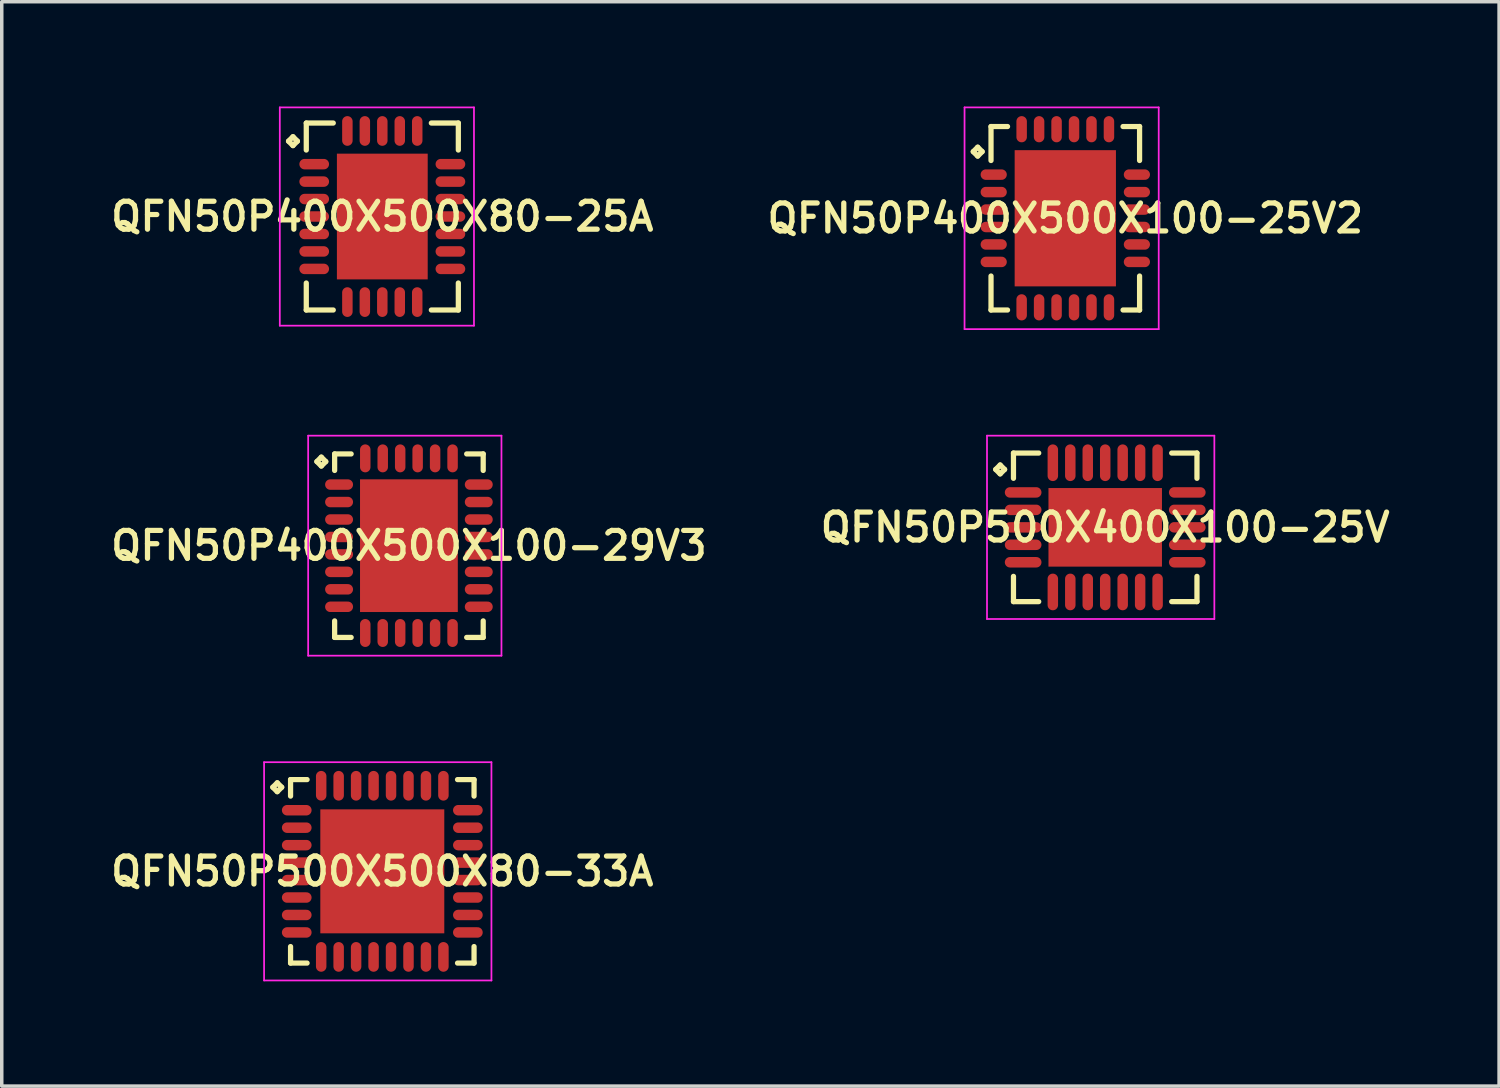
<source format=kicad_pcb>
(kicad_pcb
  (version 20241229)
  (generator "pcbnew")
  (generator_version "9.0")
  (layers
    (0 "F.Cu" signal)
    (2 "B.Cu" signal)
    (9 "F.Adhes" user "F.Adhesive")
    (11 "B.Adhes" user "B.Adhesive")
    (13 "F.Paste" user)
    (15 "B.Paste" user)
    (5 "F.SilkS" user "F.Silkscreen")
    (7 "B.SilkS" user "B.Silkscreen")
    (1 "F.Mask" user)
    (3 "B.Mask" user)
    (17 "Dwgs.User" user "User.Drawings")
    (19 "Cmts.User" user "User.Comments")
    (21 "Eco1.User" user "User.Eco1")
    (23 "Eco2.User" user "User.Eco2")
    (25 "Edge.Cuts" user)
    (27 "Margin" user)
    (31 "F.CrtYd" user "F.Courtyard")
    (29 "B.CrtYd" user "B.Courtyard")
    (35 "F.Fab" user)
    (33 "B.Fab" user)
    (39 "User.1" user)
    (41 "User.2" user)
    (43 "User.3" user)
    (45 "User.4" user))
  (footprint "QFN50P400X500X100-29V3"
    (layer "F.Cu")
    (at 8.659 12.575)
    (property "Reference" "QFN50P400X500X100-29V3" (at 0 0 0) (layer "F.SilkS") (effects (font (size 0.8 0.8) (thickness 0.15))))
    (attr smd)
    (fp_line (start -2.635 -2.408) (end -2.508 -2.535) (stroke (width 0.15) (type solid)) (layer "F.SilkS"))
    (fp_line (start -2.508 -2.535) (end -2.381 -2.408) (stroke (width 0.15) (type solid)) (layer "F.SilkS"))
    (fp_line (start -2.508 -2.281) (end -2.635 -2.408) (stroke (width 0.15) (type solid)) (layer "F.SilkS"))
    (fp_line (start -2.381 -2.408) (end -2.508 -2.281) (stroke (width 0.15) (type solid)) (layer "F.SilkS"))
    (fp_line (start -2.127 -2.627) (end -1.654 -2.627) (stroke (width 0.15) (type solid)) (layer "F.SilkS"))
    (fp_line (start -2.127 -2.154) (end -2.127 -2.627) (stroke (width 0.15) (type solid)) (layer "F.SilkS"))
    (fp_line (start -2.127 2.154) (end -2.127 2.627) (stroke (width 0.15) (type solid)) (layer "F.SilkS"))
    (fp_line (start -2.127 2.627) (end -1.654 2.627) (stroke (width 0.15) (type solid)) (layer "F.SilkS"))
    (fp_line (start 1.654 -2.627) (end 2.127 -2.627) (stroke (width 0.15) (type solid)) (layer "F.SilkS"))
    (fp_line (start 1.654 2.627) (end 2.127 2.627) (stroke (width 0.15) (type solid)) (layer "F.SilkS"))
    (fp_line (start 2.127 -2.627) (end 2.127 -2.154) (stroke (width 0.15) (type solid)) (layer "F.SilkS"))
    (fp_line (start 2.127 2.627) (end 2.127 2.154) (stroke (width 0.15) (type solid)) (layer "F.SilkS"))
    (fp_line (start -2.885 -3.15) (end 2.65 -3.15) (stroke (width 0.05) (type solid)) (layer "F.CrtYd"))
    (fp_line (start -2.885 3.15) (end -2.885 -3.15) (stroke (width 0.05) (type solid)) (layer "F.CrtYd"))
    (fp_line (start 2.65 -3.15) (end 2.65 3.15) (stroke (width 0.05) (type solid)) (layer "F.CrtYd"))
    (fp_line (start 2.65 3.15) (end -2.885 3.15) (stroke (width 0.05) (type solid)) (layer "F.CrtYd"))
    (pad "1" smd oval (at -2 -1.75) (size 0.8 0.3) (layers "F.Cu" "F.Mask" "F.Paste"))
    (pad "2" smd oval (at -2 -1.25) (size 0.8 0.3) (layers "F.Cu" "F.Mask" "F.Paste"))
    (pad "3" smd oval (at -2 -0.75) (size 0.8 0.3) (layers "F.Cu" "F.Mask" "F.Paste"))
    (pad "4" smd oval (at -2 -0.25) (size 0.8 0.3) (layers "F.Cu" "F.Mask" "F.Paste"))
    (pad "5" smd oval (at -2 0.25) (size 0.8 0.3) (layers "F.Cu" "F.Mask" "F.Paste"))
    (pad "6" smd oval (at -2 0.75) (size 0.8 0.3) (layers "F.Cu" "F.Mask" "F.Paste"))
    (pad "7" smd oval (at -2 1.25) (size 0.8 0.3) (layers "F.Cu" "F.Mask" "F.Paste"))
    (pad "8" smd oval (at -2 1.75) (size 0.8 0.3) (layers "F.Cu" "F.Mask" "F.Paste"))
    (pad "9" smd oval (at -1.25 2.5) (size 0.3 0.8) (layers "F.Cu" "F.Mask" "F.Paste"))
    (pad "10" smd oval (at -0.75 2.5) (size 0.3 0.8) (layers "F.Cu" "F.Mask" "F.Paste"))
    (pad "11" smd oval (at -0.25 2.5) (size 0.3 0.8) (layers "F.Cu" "F.Mask" "F.Paste"))
    (pad "12" smd oval (at 0.25 2.5) (size 0.3 0.8) (layers "F.Cu" "F.Mask" "F.Paste"))
    (pad "13" smd oval (at 0.75 2.5) (size 0.3 0.8) (layers "F.Cu" "F.Mask" "F.Paste"))
    (pad "14" smd oval (at 1.25 2.5) (size 0.3 0.8) (layers "F.Cu" "F.Mask" "F.Paste"))
    (pad "15" smd oval (at 2 1.75) (size 0.8 0.3) (layers "F.Cu" "F.Mask" "F.Paste"))
    (pad "16" smd oval (at 2 1.25) (size 0.8 0.3) (layers "F.Cu" "F.Mask" "F.Paste"))
    (pad "17" smd oval (at 2 0.75) (size 0.8 0.3) (layers "F.Cu" "F.Mask" "F.Paste"))
    (pad "18" smd oval (at 2 0.25) (size 0.8 0.3) (layers "F.Cu" "F.Mask" "F.Paste"))
    (pad "19" smd oval (at 2 -0.25) (size 0.8 0.3) (layers "F.Cu" "F.Mask" "F.Paste"))
    (pad "20" smd oval (at 2 -0.75) (size 0.8 0.3) (layers "F.Cu" "F.Mask" "F.Paste"))
    (pad "21" smd oval (at 2 -1.25) (size 0.8 0.3) (layers "F.Cu" "F.Mask" "F.Paste"))
    (pad "22" smd oval (at 2 -1.75) (size 0.8 0.3) (layers "F.Cu" "F.Mask" "F.Paste"))
    (pad "23" smd oval (at 1.25 -2.5) (size 0.3 0.8) (layers "F.Cu" "F.Mask" "F.Paste"))
    (pad "24" smd oval (at 0.75 -2.5) (size 0.3 0.8) (layers "F.Cu" "F.Mask" "F.Paste"))
    (pad "25" smd oval (at 0.25 -2.5) (size 0.3 0.8) (layers "F.Cu" "F.Mask" "F.Paste"))
    (pad "26" smd oval (at -0.25 -2.5) (size 0.3 0.8) (layers "F.Cu" "F.Mask" "F.Paste"))
    (pad "27" smd oval (at -0.75 -2.5) (size 0.3 0.8) (layers "F.Cu" "F.Mask" "F.Paste"))
    (pad "28" smd oval (at -1.25 -2.5) (size 0.3 0.8) (layers "F.Cu" "F.Mask" "F.Paste"))
    (pad "29" smd rect (at 0 0) (size 2.8 3.8) (layers "F.Cu" "F.Mask" "F.Paste")))
  (footprint "QFN50P400X500X100-25V2"
    (layer "F.Cu")
    (at 27.454 3.2)
    (property "Reference" "QFN50P400X500X100-25V2" (at 0 0 0) (layer "F.SilkS") (effects (font (size 0.8 0.8) (thickness 0.15))))
    (attr smd)
    (fp_line (start -2.635 -1.908) (end -2.508 -2.035) (stroke (width 0.15) (type solid)) (layer "F.SilkS"))
    (fp_line (start -2.508 -2.035) (end -2.381 -1.908) (stroke (width 0.15) (type solid)) (layer "F.SilkS"))
    (fp_line (start -2.508 -1.781) (end -2.635 -1.908) (stroke (width 0.15) (type solid)) (layer "F.SilkS"))
    (fp_line (start -2.381 -1.908) (end -2.508 -1.781) (stroke (width 0.15) (type solid)) (layer "F.SilkS"))
    (fp_line (start -2.127 -2.627) (end -1.654 -2.627) (stroke (width 0.15) (type solid)) (layer "F.SilkS"))
    (fp_line (start -2.127 -1.654) (end -2.127 -2.627) (stroke (width 0.15) (type solid)) (layer "F.SilkS"))
    (fp_line (start -2.127 1.654) (end -2.127 2.627) (stroke (width 0.15) (type solid)) (layer "F.SilkS"))
    (fp_line (start -2.127 2.627) (end -1.654 2.627) (stroke (width 0.15) (type solid)) (layer "F.SilkS"))
    (fp_line (start 1.654 -2.627) (end 2.127 -2.627) (stroke (width 0.15) (type solid)) (layer "F.SilkS"))
    (fp_line (start 1.654 2.627) (end 2.127 2.627) (stroke (width 0.15) (type solid)) (layer "F.SilkS"))
    (fp_line (start 2.127 -2.627) (end 2.127 -1.654) (stroke (width 0.15) (type solid)) (layer "F.SilkS"))
    (fp_line (start 2.127 2.627) (end 2.127 1.654) (stroke (width 0.15) (type solid)) (layer "F.SilkS"))
    (fp_line (start -2.885 -3.175) (end 2.675 -3.175) (stroke (width 0.05) (type solid)) (layer "F.CrtYd"))
    (fp_line (start -2.885 3.175) (end -2.885 -3.175) (stroke (width 0.05) (type solid)) (layer "F.CrtYd"))
    (fp_line (start 2.675 -3.175) (end 2.675 3.175) (stroke (width 0.05) (type solid)) (layer "F.CrtYd"))
    (fp_line (start 2.675 3.175) (end -2.885 3.175) (stroke (width 0.05) (type solid)) (layer "F.CrtYd"))
    (pad "1" smd oval (at -2.05 -1.25) (size 0.75 0.3) (layers "F.Cu" "F.Mask" "F.Paste"))
    (pad "2" smd oval (at -2.05 -0.75) (size 0.75 0.3) (layers "F.Cu" "F.Mask" "F.Paste"))
    (pad "3" smd oval (at -2.05 -0.25) (size 0.75 0.3) (layers "F.Cu" "F.Mask" "F.Paste"))
    (pad "4" smd oval (at -2.05 0.25) (size 0.75 0.3) (layers "F.Cu" "F.Mask" "F.Paste"))
    (pad "5" smd oval (at -2.05 0.75) (size 0.75 0.3) (layers "F.Cu" "F.Mask" "F.Paste"))
    (pad "6" smd oval (at -2.05 1.25) (size 0.75 0.3) (layers "F.Cu" "F.Mask" "F.Paste"))
    (pad "7" smd oval (at -1.25 2.55) (size 0.3 0.75) (layers "F.Cu" "F.Mask" "F.Paste"))
    (pad "8" smd oval (at -0.75 2.55) (size 0.3 0.75) (layers "F.Cu" "F.Mask" "F.Paste"))
    (pad "9" smd oval (at -0.25 2.55) (size 0.3 0.75) (layers "F.Cu" "F.Mask" "F.Paste"))
    (pad "10" smd oval (at 0.25 2.55) (size 0.3 0.75) (layers "F.Cu" "F.Mask" "F.Paste"))
    (pad "11" smd oval (at 0.75 2.55) (size 0.3 0.75) (layers "F.Cu" "F.Mask" "F.Paste"))
    (pad "12" smd oval (at 1.25 2.55) (size 0.3 0.75) (layers "F.Cu" "F.Mask" "F.Paste"))
    (pad "13" smd oval (at 2.05 1.25) (size 0.75 0.3) (layers "F.Cu" "F.Mask" "F.Paste"))
    (pad "14" smd oval (at 2.05 0.75) (size 0.75 0.3) (layers "F.Cu" "F.Mask" "F.Paste"))
    (pad "15" smd oval (at 2.05 0.25) (size 0.75 0.3) (layers "F.Cu" "F.Mask" "F.Paste"))
    (pad "16" smd oval (at 2.05 -0.25) (size 0.75 0.3) (layers "F.Cu" "F.Mask" "F.Paste"))
    (pad "17" smd oval (at 2.05 -0.75) (size 0.75 0.3) (layers "F.Cu" "F.Mask" "F.Paste"))
    (pad "18" smd oval (at 2.05 -1.25) (size 0.75 0.3) (layers "F.Cu" "F.Mask" "F.Paste"))
    (pad "19" smd oval (at 1.25 -2.55) (size 0.3 0.75) (layers "F.Cu" "F.Mask" "F.Paste"))
    (pad "20" smd oval (at 0.75 -2.55) (size 0.3 0.75) (layers "F.Cu" "F.Mask" "F.Paste"))
    (pad "21" smd oval (at 0.25 -2.55) (size 0.3 0.75) (layers "F.Cu" "F.Mask" "F.Paste"))
    (pad "22" smd oval (at -0.25 -2.55) (size 0.3 0.75) (layers "F.Cu" "F.Mask" "F.Paste"))
    (pad "23" smd oval (at -0.75 -2.55) (size 0.3 0.75) (layers "F.Cu" "F.Mask" "F.Paste"))
    (pad "24" smd oval (at -1.25 -2.55) (size 0.3 0.75) (layers "F.Cu" "F.Mask" "F.Paste"))
    (pad "25" smd rect (at 0 0) (size 2.9 3.9) (layers "F.Cu" "F.Mask" "F.Paste")))
  (footprint "QFN50P400X500X80-25A"
    (layer "F.Cu")
    (at 7.897 3.15)
    (property "Reference" "QFN50P400X500X80-25A" (at 0 0 0) (layer "F.SilkS") (effects (font (size 0.8 0.8) (thickness 0.15))))
    (attr smd)
    (fp_line (start -2.685 -2.158) (end -2.558 -2.285) (stroke (width 0.15) (type solid)) (layer "F.SilkS"))
    (fp_line (start -2.558 -2.285) (end -2.431 -2.158) (stroke (width 0.15) (type solid)) (layer "F.SilkS"))
    (fp_line (start -2.558 -2.031) (end -2.685 -2.158) (stroke (width 0.15) (type solid)) (layer "F.SilkS"))
    (fp_line (start -2.431 -2.158) (end -2.558 -2.031) (stroke (width 0.15) (type solid)) (layer "F.SilkS"))
    (fp_line (start -2.177 -2.677) (end -1.404 -2.677) (stroke (width 0.15) (type solid)) (layer "F.SilkS"))
    (fp_line (start -2.177 -1.904) (end -2.177 -2.677) (stroke (width 0.15) (type solid)) (layer "F.SilkS"))
    (fp_line (start -2.177 1.904) (end -2.177 2.677) (stroke (width 0.15) (type solid)) (layer "F.SilkS"))
    (fp_line (start -2.177 2.677) (end -1.404 2.677) (stroke (width 0.15) (type solid)) (layer "F.SilkS"))
    (fp_line (start 1.404 -2.677) (end 2.177 -2.677) (stroke (width 0.15) (type solid)) (layer "F.SilkS"))
    (fp_line (start 1.404 2.677) (end 2.177 2.677) (stroke (width 0.15) (type solid)) (layer "F.SilkS"))
    (fp_line (start 2.177 -2.677) (end 2.177 -1.904) (stroke (width 0.15) (type solid)) (layer "F.SilkS"))
    (fp_line (start 2.177 2.677) (end 2.177 1.904) (stroke (width 0.15) (type solid)) (layer "F.SilkS"))
    (fp_line (start -2.935 -3.125) (end 2.625 -3.125) (stroke (width 0.05) (type solid)) (layer "F.CrtYd"))
    (fp_line (start -2.935 3.125) (end -2.935 -3.125) (stroke (width 0.05) (type solid)) (layer "F.CrtYd"))
    (fp_line (start 2.625 -3.125) (end 2.625 3.125) (stroke (width 0.05) (type solid)) (layer "F.CrtYd"))
    (fp_line (start 2.625 3.125) (end -2.935 3.125) (stroke (width 0.05) (type solid)) (layer "F.CrtYd"))
    (pad "1" smd oval (at -1.95 -1.5) (size 0.85 0.3) (layers "F.Cu" "F.Mask" "F.Paste"))
    (pad "2" smd oval (at -1.95 -1) (size 0.85 0.3) (layers "F.Cu" "F.Mask" "F.Paste"))
    (pad "3" smd oval (at -1.95 -0.5) (size 0.85 0.3) (layers "F.Cu" "F.Mask" "F.Paste"))
    (pad "4" smd oval (at -1.95 0) (size 0.85 0.3) (layers "F.Cu" "F.Mask" "F.Paste"))
    (pad "5" smd oval (at -1.95 0.5) (size 0.85 0.3) (layers "F.Cu" "F.Mask" "F.Paste"))
    (pad "6" smd oval (at -1.95 1) (size 0.85 0.3) (layers "F.Cu" "F.Mask" "F.Paste"))
    (pad "7" smd oval (at -1.95 1.5) (size 0.85 0.3) (layers "F.Cu" "F.Mask" "F.Paste"))
    (pad "8" smd oval (at -1 2.45) (size 0.3 0.85) (layers "F.Cu" "F.Mask" "F.Paste"))
    (pad "9" smd oval (at -0.5 2.45) (size 0.3 0.85) (layers "F.Cu" "F.Mask" "F.Paste"))
    (pad "10" smd oval (at 0 2.45) (size 0.3 0.85) (layers "F.Cu" "F.Mask" "F.Paste"))
    (pad "11" smd oval (at 0.5 2.45) (size 0.3 0.85) (layers "F.Cu" "F.Mask" "F.Paste"))
    (pad "12" smd oval (at 1 2.45) (size 0.3 0.85) (layers "F.Cu" "F.Mask" "F.Paste"))
    (pad "13" smd oval (at 1.95 1.5) (size 0.85 0.3) (layers "F.Cu" "F.Mask" "F.Paste"))
    (pad "14" smd oval (at 1.95 1) (size 0.85 0.3) (layers "F.Cu" "F.Mask" "F.Paste"))
    (pad "15" smd oval (at 1.95 0.5) (size 0.85 0.3) (layers "F.Cu" "F.Mask" "F.Paste"))
    (pad "16" smd oval (at 1.95 0) (size 0.85 0.3) (layers "F.Cu" "F.Mask" "F.Paste"))
    (pad "17" smd oval (at 1.95 -0.5) (size 0.85 0.3) (layers "F.Cu" "F.Mask" "F.Paste"))
    (pad "18" smd oval (at 1.95 -1) (size 0.85 0.3) (layers "F.Cu" "F.Mask" "F.Paste"))
    (pad "19" smd oval (at 1.95 -1.5) (size 0.85 0.3) (layers "F.Cu" "F.Mask" "F.Paste"))
    (pad "20" smd oval (at 1 -2.45) (size 0.3 0.85) (layers "F.Cu" "F.Mask" "F.Paste"))
    (pad "21" smd oval (at 0.5 -2.45) (size 0.3 0.85) (layers "F.Cu" "F.Mask" "F.Paste"))
    (pad "22" smd oval (at 0 -2.45) (size 0.3 0.85) (layers "F.Cu" "F.Mask" "F.Paste"))
    (pad "23" smd oval (at -0.5 -2.45) (size 0.3 0.85) (layers "F.Cu" "F.Mask" "F.Paste"))
    (pad "24" smd oval (at -1 -2.45) (size 0.3 0.85) (layers "F.Cu" "F.Mask" "F.Paste"))
    (pad "25" smd rect (at 0 0) (size 2.6 3.6) (layers "F.Cu" "F.Mask" "F.Paste")))
  (footprint "QFN50P500X500X80-33A"
    (layer "F.Cu")
    (at 7.897 21.9)
    (property "Reference" "QFN50P500X500X80-33A" (at 0 0 0) (layer "F.SilkS") (effects (font (size 0.8 0.8) (thickness 0.15))))
    (attr smd)
    (fp_line (start -3.135 -2.408) (end -3.008 -2.535) (stroke (width 0.15) (type solid)) (layer "F.SilkS"))
    (fp_line (start -3.008 -2.535) (end -2.881 -2.408) (stroke (width 0.15) (type solid)) (layer "F.SilkS"))
    (fp_line (start -3.008 -2.281) (end -3.135 -2.408) (stroke (width 0.15) (type solid)) (layer "F.SilkS"))
    (fp_line (start -2.881 -2.408) (end -3.008 -2.281) (stroke (width 0.15) (type solid)) (layer "F.SilkS"))
    (fp_line (start -2.627 -2.627) (end -2.154 -2.627) (stroke (width 0.15) (type solid)) (layer "F.SilkS"))
    (fp_line (start -2.627 -2.154) (end -2.627 -2.627) (stroke (width 0.15) (type solid)) (layer "F.SilkS"))
    (fp_line (start -2.627 2.154) (end -2.627 2.627) (stroke (width 0.15) (type solid)) (layer "F.SilkS"))
    (fp_line (start -2.627 2.627) (end -2.154 2.627) (stroke (width 0.15) (type solid)) (layer "F.SilkS"))
    (fp_line (start 2.154 -2.627) (end 2.627 -2.627) (stroke (width 0.15) (type solid)) (layer "F.SilkS"))
    (fp_line (start 2.154 2.627) (end 2.627 2.627) (stroke (width 0.15) (type solid)) (layer "F.SilkS"))
    (fp_line (start 2.627 -2.627) (end 2.627 -2.154) (stroke (width 0.15) (type solid)) (layer "F.SilkS"))
    (fp_line (start 2.627 2.627) (end 2.627 2.154) (stroke (width 0.15) (type solid)) (layer "F.SilkS"))
    (fp_line (start -3.385 -3.125) (end 3.125 -3.125) (stroke (width 0.05) (type solid)) (layer "F.CrtYd"))
    (fp_line (start -3.385 3.125) (end -3.385 -3.125) (stroke (width 0.05) (type solid)) (layer "F.CrtYd"))
    (fp_line (start 3.125 -3.125) (end 3.125 3.125) (stroke (width 0.05) (type solid)) (layer "F.CrtYd"))
    (fp_line (start 3.125 3.125) (end -3.385 3.125) (stroke (width 0.05) (type solid)) (layer "F.CrtYd"))
    (pad "1" smd oval (at -2.45 -1.75) (size 0.85 0.3) (layers "F.Cu" "F.Mask" "F.Paste"))
    (pad "2" smd oval (at -2.45 -1.25) (size 0.85 0.3) (layers "F.Cu" "F.Mask" "F.Paste"))
    (pad "3" smd oval (at -2.45 -0.75) (size 0.85 0.3) (layers "F.Cu" "F.Mask" "F.Paste"))
    (pad "4" smd oval (at -2.45 -0.25) (size 0.85 0.3) (layers "F.Cu" "F.Mask" "F.Paste"))
    (pad "5" smd oval (at -2.45 0.25) (size 0.85 0.3) (layers "F.Cu" "F.Mask" "F.Paste"))
    (pad "6" smd oval (at -2.45 0.75) (size 0.85 0.3) (layers "F.Cu" "F.Mask" "F.Paste"))
    (pad "7" smd oval (at -2.45 1.25) (size 0.85 0.3) (layers "F.Cu" "F.Mask" "F.Paste"))
    (pad "8" smd oval (at -2.45 1.75) (size 0.85 0.3) (layers "F.Cu" "F.Mask" "F.Paste"))
    (pad "9" smd oval (at -1.75 2.45) (size 0.3 0.85) (layers "F.Cu" "F.Mask" "F.Paste"))
    (pad "10" smd oval (at -1.25 2.45) (size 0.3 0.85) (layers "F.Cu" "F.Mask" "F.Paste"))
    (pad "11" smd oval (at -0.75 2.45) (size 0.3 0.85) (layers "F.Cu" "F.Mask" "F.Paste"))
    (pad "12" smd oval (at -0.25 2.45) (size 0.3 0.85) (layers "F.Cu" "F.Mask" "F.Paste"))
    (pad "13" smd oval (at 0.25 2.45) (size 0.3 0.85) (layers "F.Cu" "F.Mask" "F.Paste"))
    (pad "14" smd oval (at 0.75 2.45) (size 0.3 0.85) (layers "F.Cu" "F.Mask" "F.Paste"))
    (pad "15" smd oval (at 1.25 2.45) (size 0.3 0.85) (layers "F.Cu" "F.Mask" "F.Paste"))
    (pad "16" smd oval (at 1.75 2.45) (size 0.3 0.85) (layers "F.Cu" "F.Mask" "F.Paste"))
    (pad "17" smd oval (at 2.45 1.75) (size 0.85 0.3) (layers "F.Cu" "F.Mask" "F.Paste"))
    (pad "18" smd oval (at 2.45 1.25) (size 0.85 0.3) (layers "F.Cu" "F.Mask" "F.Paste"))
    (pad "19" smd oval (at 2.45 0.75) (size 0.85 0.3) (layers "F.Cu" "F.Mask" "F.Paste"))
    (pad "20" smd oval (at 2.45 0.25) (size 0.85 0.3) (layers "F.Cu" "F.Mask" "F.Paste"))
    (pad "21" smd oval (at 2.45 -0.25) (size 0.85 0.3) (layers "F.Cu" "F.Mask" "F.Paste"))
    (pad "22" smd oval (at 2.45 -0.75) (size 0.85 0.3) (layers "F.Cu" "F.Mask" "F.Paste"))
    (pad "23" smd oval (at 2.45 -1.25) (size 0.85 0.3) (layers "F.Cu" "F.Mask" "F.Paste"))
    (pad "24" smd oval (at 2.45 -1.75) (size 0.85 0.3) (layers "F.Cu" "F.Mask" "F.Paste"))
    (pad "25" smd oval (at 1.75 -2.45) (size 0.3 0.85) (layers "F.Cu" "F.Mask" "F.Paste"))
    (pad "26" smd oval (at 1.25 -2.45) (size 0.3 0.85) (layers "F.Cu" "F.Mask" "F.Paste"))
    (pad "27" smd oval (at 0.75 -2.45) (size 0.3 0.85) (layers "F.Cu" "F.Mask" "F.Paste"))
    (pad "28" smd oval (at 0.25 -2.45) (size 0.3 0.85) (layers "F.Cu" "F.Mask" "F.Paste"))
    (pad "29" smd oval (at -0.25 -2.45) (size 0.3 0.85) (layers "F.Cu" "F.Mask" "F.Paste"))
    (pad "30" smd oval (at -0.75 -2.45) (size 0.3 0.85) (layers "F.Cu" "F.Mask" "F.Paste"))
    (pad "31" smd oval (at -1.25 -2.45) (size 0.3 0.85) (layers "F.Cu" "F.Mask" "F.Paste"))
    (pad "32" smd oval (at -1.75 -2.45) (size 0.3 0.85) (layers "F.Cu" "F.Mask" "F.Paste"))
    (pad "33" smd rect (at 0 0) (size 3.55 3.55) (layers "F.Cu" "F.Mask" "F.Paste")))
  (footprint "QFN50P500X400X100-25V"
    (layer "F.Cu")
    (at 28.597 12.05)
    (property "Reference" "QFN50P500X400X100-25V" (at 0 0 0) (layer "F.SilkS") (effects (font (size 0.8 0.8) (thickness 0.15))))
    (attr smd)
    (fp_line (start -3.135 -1.658) (end -3.008 -1.785) (stroke (width 0.15) (type solid)) (layer "F.SilkS"))
    (fp_line (start -3.008 -1.785) (end -2.881 -1.658) (stroke (width 0.15) (type solid)) (layer "F.SilkS"))
    (fp_line (start -3.008 -1.531) (end -3.135 -1.658) (stroke (width 0.15) (type solid)) (layer "F.SilkS"))
    (fp_line (start -2.881 -1.658) (end -3.008 -1.531) (stroke (width 0.15) (type solid)) (layer "F.SilkS"))
    (fp_line (start -2.627 -2.127) (end -1.904 -2.127) (stroke (width 0.15) (type solid)) (layer "F.SilkS"))
    (fp_line (start -2.627 -1.404) (end -2.627 -2.127) (stroke (width 0.15) (type solid)) (layer "F.SilkS"))
    (fp_line (start -2.627 1.404) (end -2.627 2.127) (stroke (width 0.15) (type solid)) (layer "F.SilkS"))
    (fp_line (start -2.627 2.127) (end -1.904 2.127) (stroke (width 0.15) (type solid)) (layer "F.SilkS"))
    (fp_line (start 1.904 -2.127) (end 2.627 -2.127) (stroke (width 0.15) (type solid)) (layer "F.SilkS"))
    (fp_line (start 1.904 2.127) (end 2.627 2.127) (stroke (width 0.15) (type solid)) (layer "F.SilkS"))
    (fp_line (start 2.627 -2.127) (end 2.627 -1.404) (stroke (width 0.15) (type solid)) (layer "F.SilkS"))
    (fp_line (start 2.627 2.127) (end 2.627 1.404) (stroke (width 0.15) (type solid)) (layer "F.SilkS"))
    (fp_line (start -3.385 -2.625) (end 3.125 -2.625) (stroke (width 0.05) (type solid)) (layer "F.CrtYd"))
    (fp_line (start -3.385 2.625) (end -3.385 -2.625) (stroke (width 0.05) (type solid)) (layer "F.CrtYd"))
    (fp_line (start 3.125 -2.625) (end 3.125 2.625) (stroke (width 0.05) (type solid)) (layer "F.CrtYd"))
    (fp_line (start 3.125 2.625) (end -3.385 2.625) (stroke (width 0.05) (type solid)) (layer "F.CrtYd"))
    (pad "1" smd oval (at -2.35 -1) (size 1.05 0.3) (layers "F.Cu" "F.Mask" "F.Paste"))
    (pad "2" smd oval (at -2.35 -0.5) (size 1.05 0.3) (layers "F.Cu" "F.Mask" "F.Paste"))
    (pad "3" smd oval (at -2.35 0) (size 1.05 0.3) (layers "F.Cu" "F.Mask" "F.Paste"))
    (pad "4" smd oval (at -2.35 0.5) (size 1.05 0.3) (layers "F.Cu" "F.Mask" "F.Paste"))
    (pad "5" smd oval (at -2.35 1) (size 1.05 0.3) (layers "F.Cu" "F.Mask" "F.Paste"))
    (pad "6" smd oval (at -1.5 1.85) (size 0.3 1.05) (layers "F.Cu" "F.Mask" "F.Paste"))
    (pad "7" smd oval (at -1 1.85) (size 0.3 1.05) (layers "F.Cu" "F.Mask" "F.Paste"))
    (pad "8" smd oval (at -0.5 1.85) (size 0.3 1.05) (layers "F.Cu" "F.Mask" "F.Paste"))
    (pad "9" smd oval (at 0 1.85) (size 0.3 1.05) (layers "F.Cu" "F.Mask" "F.Paste"))
    (pad "10" smd oval (at 0.5 1.85) (size 0.3 1.05) (layers "F.Cu" "F.Mask" "F.Paste"))
    (pad "11" smd oval (at 1 1.85) (size 0.3 1.05) (layers "F.Cu" "F.Mask" "F.Paste"))
    (pad "12" smd oval (at 1.5 1.85) (size 0.3 1.05) (layers "F.Cu" "F.Mask" "F.Paste"))
    (pad "13" smd oval (at 2.35 1) (size 1.05 0.3) (layers "F.Cu" "F.Mask" "F.Paste"))
    (pad "14" smd oval (at 2.35 0.5) (size 1.05 0.3) (layers "F.Cu" "F.Mask" "F.Paste"))
    (pad "15" smd oval (at 2.35 0) (size 1.05 0.3) (layers "F.Cu" "F.Mask" "F.Paste"))
    (pad "16" smd oval (at 2.35 -0.5) (size 1.05 0.3) (layers "F.Cu" "F.Mask" "F.Paste"))
    (pad "17" smd oval (at 2.35 -1) (size 1.05 0.3) (layers "F.Cu" "F.Mask" "F.Paste"))
    (pad "18" smd oval (at 1.5 -1.85) (size 0.3 1.05) (layers "F.Cu" "F.Mask" "F.Paste"))
    (pad "19" smd oval (at 1 -1.85) (size 0.3 1.05) (layers "F.Cu" "F.Mask" "F.Paste"))
    (pad "20" smd oval (at 0.5 -1.85) (size 0.3 1.05) (layers "F.Cu" "F.Mask" "F.Paste"))
    (pad "21" smd oval (at 0 -1.85) (size 0.3 1.05) (layers "F.Cu" "F.Mask" "F.Paste"))
    (pad "22" smd oval (at -0.5 -1.85) (size 0.3 1.05) (layers "F.Cu" "F.Mask" "F.Paste"))
    (pad "23" smd oval (at -1 -1.85) (size 0.3 1.05) (layers "F.Cu" "F.Mask" "F.Paste"))
    (pad "24" smd oval (at -1.5 -1.85) (size 0.3 1.05) (layers "F.Cu" "F.Mask" "F.Paste"))
    (pad "25" smd rect (at 0 0) (size 3.25 2.25) (layers "F.Cu" "F.Mask" "F.Paste")))
  (gr_rect
    (start -3 -3)
    (end 39.875 28.05)
    (stroke (width 0.1) (type default))
    (fill no)
    (layer "Edge.Cuts")))
</source>
